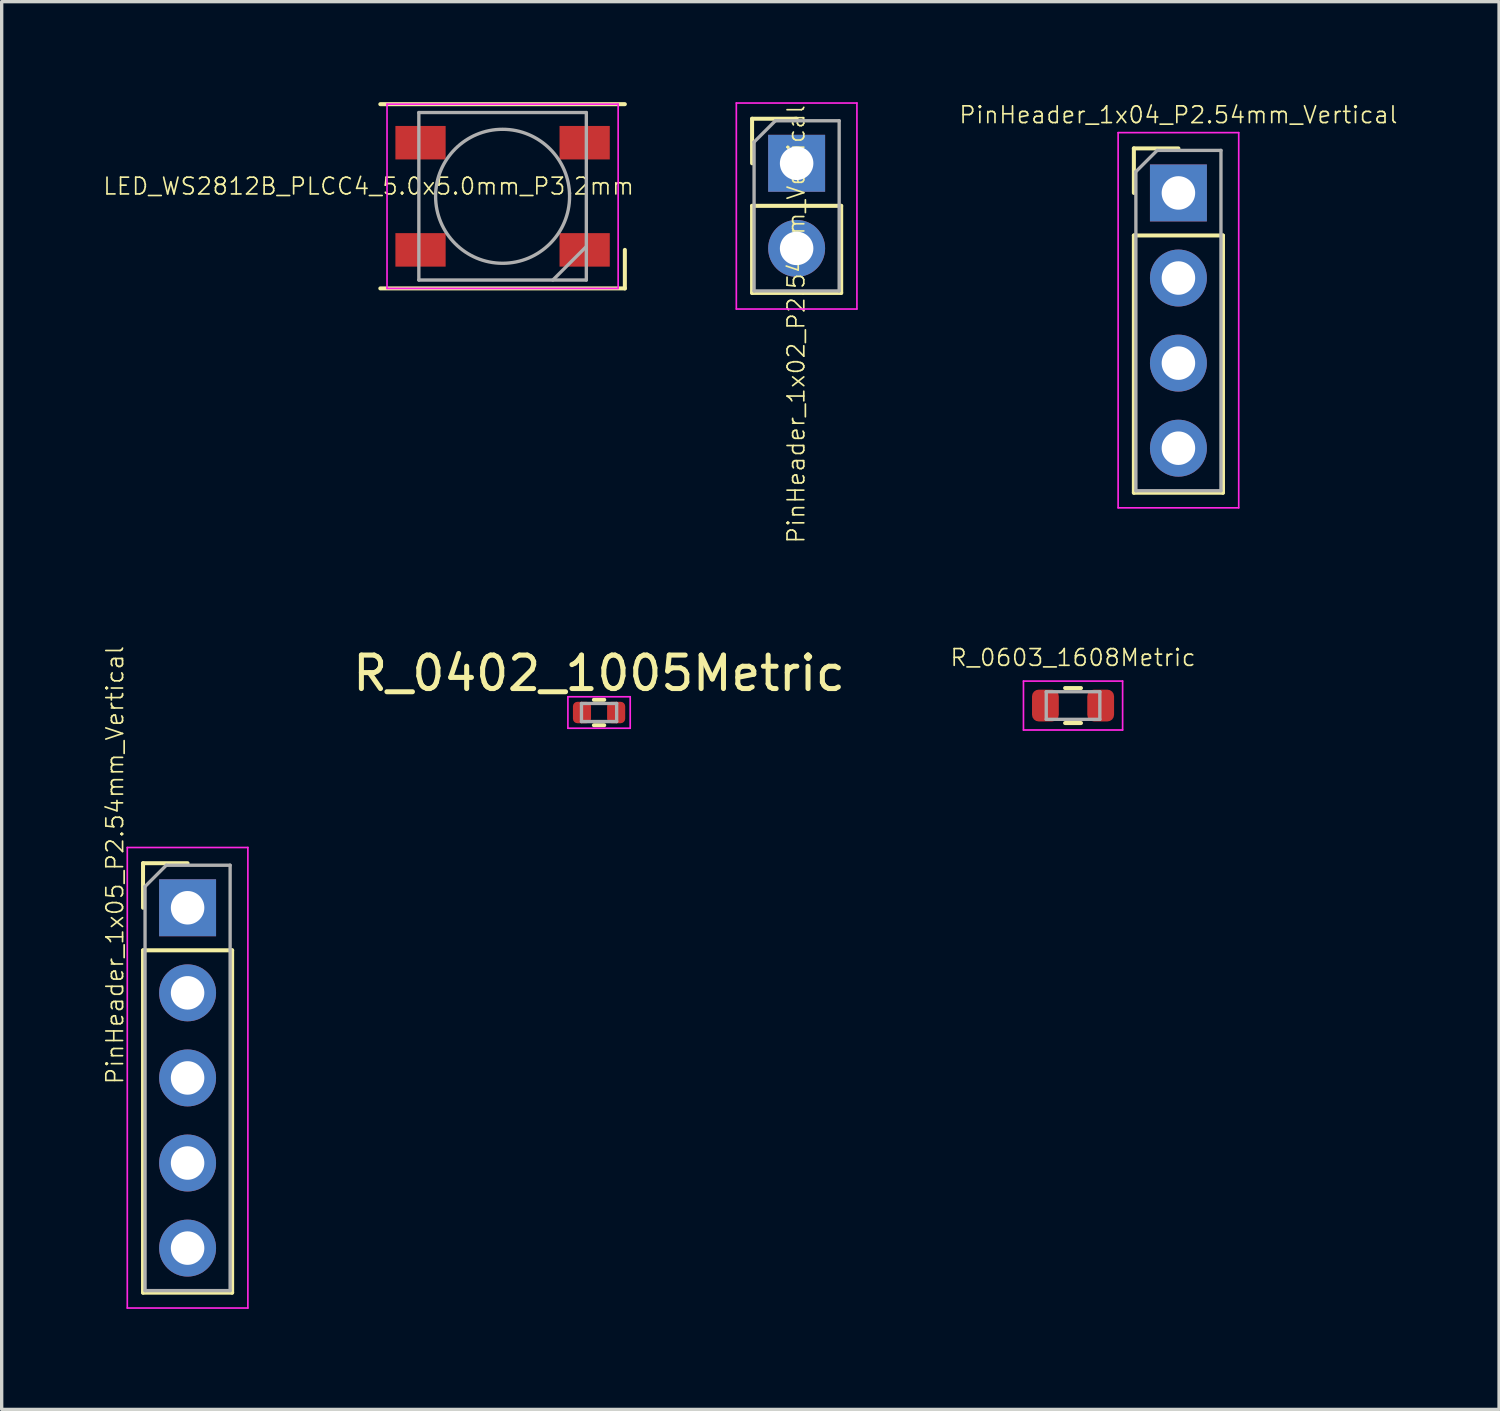
<source format=kicad_pcb>
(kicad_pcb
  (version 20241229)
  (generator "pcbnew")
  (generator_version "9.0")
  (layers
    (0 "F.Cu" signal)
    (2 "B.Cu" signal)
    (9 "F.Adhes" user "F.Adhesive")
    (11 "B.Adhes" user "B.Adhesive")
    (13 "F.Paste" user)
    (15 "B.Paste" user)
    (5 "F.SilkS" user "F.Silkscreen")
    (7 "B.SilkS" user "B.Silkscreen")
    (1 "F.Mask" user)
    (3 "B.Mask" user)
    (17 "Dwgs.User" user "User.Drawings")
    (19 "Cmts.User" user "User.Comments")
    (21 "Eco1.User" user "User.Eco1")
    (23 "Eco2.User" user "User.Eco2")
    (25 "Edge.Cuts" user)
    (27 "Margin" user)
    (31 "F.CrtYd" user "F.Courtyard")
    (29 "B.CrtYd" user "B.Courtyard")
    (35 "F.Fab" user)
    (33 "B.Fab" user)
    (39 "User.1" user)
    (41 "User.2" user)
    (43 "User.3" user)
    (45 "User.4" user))
  (footprint "PinHeader_1x02_P2.54mm_Vertical"
    (layer "F.Cu")
    (at 20.732 1.825)
    (property "Reference" "PinHeader_1x02_P2.54mm_Vertical" (at -0.015 4.805 90) (layer "F.SilkS") (effects (font (size 0.5 0.5) (thickness 0.05))))
    (attr through_hole exclude_from_bom)
    (fp_line (start -1.33 -1.33) (end 0 -1.33) (stroke (width 0.12) (type solid)) (layer "F.SilkS"))
    (fp_line (start -1.33 0) (end -1.33 -1.33) (stroke (width 0.12) (type solid)) (layer "F.SilkS"))
    (fp_line (start -1.33 1.27) (end -1.33 3.87) (stroke (width 0.12) (type solid)) (layer "F.SilkS"))
    (fp_line (start -1.33 1.27) (end 1.33 1.27) (stroke (width 0.12) (type solid)) (layer "F.SilkS"))
    (fp_line (start -1.33 3.87) (end 1.33 3.87) (stroke (width 0.12) (type solid)) (layer "F.SilkS"))
    (fp_line (start 1.33 1.27) (end 1.33 3.87) (stroke (width 0.12) (type solid)) (layer "F.SilkS"))
    (fp_line (start -1.8 -1.8) (end -1.8 4.35) (stroke (width 0.05) (type solid)) (layer "F.CrtYd"))
    (fp_line (start -1.8 4.35) (end 1.8 4.35) (stroke (width 0.05) (type solid)) (layer "F.CrtYd"))
    (fp_line (start 1.8 -1.8) (end -1.8 -1.8) (stroke (width 0.05) (type solid)) (layer "F.CrtYd"))
    (fp_line (start 1.8 4.35) (end 1.8 -1.8) (stroke (width 0.05) (type solid)) (layer "F.CrtYd"))
    (fp_line (start -1.27 -0.635) (end -0.635 -1.27) (stroke (width 0.1) (type solid)) (layer "F.Fab"))
    (fp_line (start -1.27 3.81) (end -1.27 -0.635) (stroke (width 0.1) (type solid)) (layer "F.Fab"))
    (fp_line (start -0.635 -1.27) (end 1.27 -1.27) (stroke (width 0.1) (type solid)) (layer "F.Fab"))
    (fp_line (start 1.27 -1.27) (end 1.27 3.81) (stroke (width 0.1) (type solid)) (layer "F.Fab"))
    (fp_line (start 1.27 3.81) (end -1.27 3.81) (stroke (width 0.1) (type solid)) (layer "F.Fab"))
    (pad "1" thru_hole rect (at 0 0) (size 1.7 1.7) (drill 1) (layers "*.Cu" "*.Mask"))
    (pad "2" thru_hole oval (at 0 2.54) (size 1.7 1.7) (drill 1) (layers "*.Cu" "*.Mask")))
  (footprint "LED_WS2812B_PLCC4_5.0x5.0mm_P3.2mm"
    (layer "F.Cu")
    (at 11.954 2.81)
    (property "Reference" "LED_WS2812B_PLCC4_5.0x5.0mm_P3.2mm" (at -4 -0.3 0) (layer "F.SilkS") (effects (font (size 0.5 0.5) (thickness 0.05))))
    (attr smd)
    (fp_line (start -3.65 -2.75) (end 3.65 -2.75) (stroke (width 0.12) (type solid)) (layer "F.SilkS"))
    (fp_line (start -3.65 2.75) (end 3.65 2.75) (stroke (width 0.12) (type solid)) (layer "F.SilkS"))
    (fp_line (start 3.65 2.75) (end 3.65 1.6) (stroke (width 0.12) (type solid)) (layer "F.SilkS"))
    (fp_line (start -3.45 -2.75) (end -3.45 2.75) (stroke (width 0.05) (type solid)) (layer "F.CrtYd"))
    (fp_line (start -3.45 2.75) (end 3.45 2.75) (stroke (width 0.05) (type solid)) (layer "F.CrtYd"))
    (fp_line (start 3.45 -2.75) (end -3.45 -2.75) (stroke (width 0.05) (type solid)) (layer "F.CrtYd"))
    (fp_line (start 3.45 2.75) (end 3.45 -2.75) (stroke (width 0.05) (type solid)) (layer "F.CrtYd"))
    (fp_line (start -2.5 -2.5) (end -2.5 2.5) (stroke (width 0.1) (type solid)) (layer "F.Fab"))
    (fp_line (start -2.5 2.5) (end 2.5 2.5) (stroke (width 0.1) (type solid)) (layer "F.Fab"))
    (fp_line (start 2.5 -2.5) (end -2.5 -2.5) (stroke (width 0.1) (type solid)) (layer "F.Fab"))
    (fp_line (start 2.5 1.5) (end 1.5 2.5) (stroke (width 0.1) (type solid)) (layer "F.Fab"))
    (fp_line (start 2.5 2.5) (end 2.5 -2.5) (stroke (width 0.1) (type solid)) (layer "F.Fab"))
    (fp_circle (center 0 0) (end 0 -2) (stroke (width 0.1) (type solid)) (fill no) (layer "F.Fab"))
    (pad "1" smd rect (at -2.45 -1.6) (size 1.5 1) (layers "F.Cu" "F.Mask" "F.Paste"))
    (pad "2" smd rect (at -2.45 1.6) (size 1.5 1) (layers "F.Cu" "F.Mask" "F.Paste"))
    (pad "3" smd rect (at 2.45 1.6) (size 1.5 1) (layers "F.Cu" "F.Mask" "F.Paste"))
    (pad "4" smd rect (at 2.45 -1.6) (size 1.5 1) (layers "F.Cu" "F.Mask" "F.Paste")))
  (footprint "PinHeader_1x05_P2.54mm_Vertical"
    (layer "F.Cu")
    (at 2.55 24.05)
    (property "Reference" "PinHeader_1x05_P2.54mm_Vertical" (at -2.17 -1.275 90) (layer "F.SilkS") (effects (font (size 0.5 0.5) (thickness 0.05))))
    (attr through_hole exclude_from_bom)
    (fp_line (start -1.33 -1.33) (end 0 -1.33) (stroke (width 0.12) (type solid)) (layer "F.SilkS"))
    (fp_line (start -1.33 0) (end -1.33 -1.33) (stroke (width 0.12) (type solid)) (layer "F.SilkS"))
    (fp_line (start -1.33 1.27) (end -1.33 11.49) (stroke (width 0.12) (type solid)) (layer "F.SilkS"))
    (fp_line (start -1.33 1.27) (end 1.33 1.27) (stroke (width 0.12) (type solid)) (layer "F.SilkS"))
    (fp_line (start -1.33 11.49) (end 1.33 11.49) (stroke (width 0.12) (type solid)) (layer "F.SilkS"))
    (fp_line (start 1.33 1.27) (end 1.33 11.49) (stroke (width 0.12) (type solid)) (layer "F.SilkS"))
    (fp_line (start -1.8 -1.8) (end -1.8 11.95) (stroke (width 0.05) (type solid)) (layer "F.CrtYd"))
    (fp_line (start -1.8 11.95) (end 1.8 11.95) (stroke (width 0.05) (type solid)) (layer "F.CrtYd"))
    (fp_line (start 1.8 -1.8) (end -1.8 -1.8) (stroke (width 0.05) (type solid)) (layer "F.CrtYd"))
    (fp_line (start 1.8 11.95) (end 1.8 -1.8) (stroke (width 0.05) (type solid)) (layer "F.CrtYd"))
    (fp_line (start -1.27 -0.635) (end -0.635 -1.27) (stroke (width 0.1) (type solid)) (layer "F.Fab"))
    (fp_line (start -1.27 11.43) (end -1.27 -0.635) (stroke (width 0.1) (type solid)) (layer "F.Fab"))
    (fp_line (start -0.635 -1.27) (end 1.27 -1.27) (stroke (width 0.1) (type solid)) (layer "F.Fab"))
    (fp_line (start 1.27 -1.27) (end 1.27 11.43) (stroke (width 0.1) (type solid)) (layer "F.Fab"))
    (fp_line (start 1.27 11.43) (end -1.27 11.43) (stroke (width 0.1) (type solid)) (layer "F.Fab"))
    (pad "1" thru_hole rect (at 0 0) (size 1.7 1.7) (drill 1) (layers "*.Cu" "*.Mask"))
    (pad "2" thru_hole oval (at 0 2.54) (size 1.7 1.7) (drill 1) (layers "*.Cu" "*.Mask"))
    (pad "3" thru_hole oval (at 0 5.08) (size 1.7 1.7) (drill 1) (layers "*.Cu" "*.Mask"))
    (pad "4" thru_hole oval (at 0 7.62) (size 1.7 1.7) (drill 1) (layers "*.Cu" "*.Mask"))
    (pad "5" thru_hole oval (at 0 10.16) (size 1.7 1.7) (drill 1) (layers "*.Cu" "*.Mask")))
  (footprint "R_0402_1005Metric"
    (layer "F.Cu")
    (at 14.834 18.221)
    (property "Reference" "R_0402_1005Metric" (at 0 -1.17 0) (layer "F.SilkS") (effects (font (size 1 1) (thickness 0.15))))
    (attr smd)
    (fp_line (start -0.154 -0.38) (end 0.154 -0.38) (stroke (width 0.12) (type solid)) (layer "F.SilkS"))
    (fp_line (start -0.154 0.38) (end 0.154 0.38) (stroke (width 0.12) (type solid)) (layer "F.SilkS"))
    (fp_line (start -0.93 -0.47) (end 0.93 -0.47) (stroke (width 0.05) (type solid)) (layer "F.CrtYd"))
    (fp_line (start -0.93 0.47) (end -0.93 -0.47) (stroke (width 0.05) (type solid)) (layer "F.CrtYd"))
    (fp_line (start 0.93 -0.47) (end 0.93 0.47) (stroke (width 0.05) (type solid)) (layer "F.CrtYd"))
    (fp_line (start 0.93 0.47) (end -0.93 0.47) (stroke (width 0.05) (type solid)) (layer "F.CrtYd"))
    (fp_line (start -0.525 -0.27) (end 0.525 -0.27) (stroke (width 0.1) (type solid)) (layer "F.Fab"))
    (fp_line (start -0.525 0.27) (end -0.525 -0.27) (stroke (width 0.1) (type solid)) (layer "F.Fab"))
    (fp_line (start 0.525 -0.27) (end 0.525 0.27) (stroke (width 0.1) (type solid)) (layer "F.Fab"))
    (fp_line (start 0.525 0.27) (end -0.525 0.27) (stroke (width 0.1) (type solid)) (layer "F.Fab"))
    (pad "1" smd roundrect (at -0.51 0) (size 0.54 0.64) (layers "F.Cu" "F.Mask" "F.Paste") (roundrect_rratio 0.25))
    (pad "2" smd roundrect (at 0.51 0) (size 0.54 0.64) (layers "F.Cu" "F.Mask" "F.Paste") (roundrect_rratio 0.25)))
  (footprint "PinHeader_1x04_P2.54mm_Vertical"
    (layer "F.Cu")
    (at 32.13 2.71)
    (property "Reference" "PinHeader_1x04_P2.54mm_Vertical" (at 0 -2.33 0) (layer "F.SilkS") (effects (font (size 0.5 0.5) (thickness 0.05))))
    (attr through_hole exclude_from_bom)
    (fp_line (start -1.33 -1.33) (end 0 -1.33) (stroke (width 0.12) (type solid)) (layer "F.SilkS"))
    (fp_line (start -1.33 0) (end -1.33 -1.33) (stroke (width 0.12) (type solid)) (layer "F.SilkS"))
    (fp_line (start -1.33 1.27) (end -1.33 8.95) (stroke (width 0.12) (type solid)) (layer "F.SilkS"))
    (fp_line (start -1.33 1.27) (end 1.33 1.27) (stroke (width 0.12) (type solid)) (layer "F.SilkS"))
    (fp_line (start -1.33 8.95) (end 1.33 8.95) (stroke (width 0.12) (type solid)) (layer "F.SilkS"))
    (fp_line (start 1.33 1.27) (end 1.33 8.95) (stroke (width 0.12) (type solid)) (layer "F.SilkS"))
    (fp_line (start -1.8 -1.8) (end -1.8 9.4) (stroke (width 0.05) (type solid)) (layer "F.CrtYd"))
    (fp_line (start -1.8 9.4) (end 1.8 9.4) (stroke (width 0.05) (type solid)) (layer "F.CrtYd"))
    (fp_line (start 1.8 -1.8) (end -1.8 -1.8) (stroke (width 0.05) (type solid)) (layer "F.CrtYd"))
    (fp_line (start 1.8 9.4) (end 1.8 -1.8) (stroke (width 0.05) (type solid)) (layer "F.CrtYd"))
    (fp_line (start -1.27 -0.635) (end -0.635 -1.27) (stroke (width 0.1) (type solid)) (layer "F.Fab"))
    (fp_line (start -1.27 8.89) (end -1.27 -0.635) (stroke (width 0.1) (type solid)) (layer "F.Fab"))
    (fp_line (start -0.635 -1.27) (end 1.27 -1.27) (stroke (width 0.1) (type solid)) (layer "F.Fab"))
    (fp_line (start 1.27 -1.27) (end 1.27 8.89) (stroke (width 0.1) (type solid)) (layer "F.Fab"))
    (fp_line (start 1.27 8.89) (end -1.27 8.89) (stroke (width 0.1) (type solid)) (layer "F.Fab"))
    (pad "1" thru_hole rect (at 0 0) (size 1.7 1.7) (drill 1) (layers "*.Cu" "*.Mask"))
    (pad "2" thru_hole oval (at 0 2.54) (size 1.7 1.7) (drill 1) (layers "*.Cu" "*.Mask"))
    (pad "3" thru_hole oval (at 0 5.08) (size 1.7 1.7) (drill 1) (layers "*.Cu" "*.Mask"))
    (pad "4" thru_hole oval (at 0 7.62) (size 1.7 1.7) (drill 1) (layers "*.Cu" "*.Mask")))
  (footprint "R_0603_1608Metric"
    (layer "F.Cu")
    (at 28.984 18.013)
    (property "Reference" "R_0603_1608Metric" (at 0 -1.43 0) (layer "F.SilkS") (effects (font (size 0.5 0.5) (thickness 0.05))))
    (attr smd)
    (fp_line (start -0.237 -0.522) (end 0.237 -0.522) (stroke (width 0.12) (type solid)) (layer "F.SilkS"))
    (fp_line (start -0.237 0.522) (end 0.237 0.522) (stroke (width 0.12) (type solid)) (layer "F.SilkS"))
    (fp_line (start -1.48 -0.73) (end 1.48 -0.73) (stroke (width 0.05) (type solid)) (layer "F.CrtYd"))
    (fp_line (start -1.48 0.73) (end -1.48 -0.73) (stroke (width 0.05) (type solid)) (layer "F.CrtYd"))
    (fp_line (start 1.48 -0.73) (end 1.48 0.73) (stroke (width 0.05) (type solid)) (layer "F.CrtYd"))
    (fp_line (start 1.48 0.73) (end -1.48 0.73) (stroke (width 0.05) (type solid)) (layer "F.CrtYd"))
    (fp_line (start -0.8 -0.412) (end 0.8 -0.412) (stroke (width 0.1) (type solid)) (layer "F.Fab"))
    (fp_line (start -0.8 0.412) (end -0.8 -0.412) (stroke (width 0.1) (type solid)) (layer "F.Fab"))
    (fp_line (start 0.8 -0.412) (end 0.8 0.412) (stroke (width 0.1) (type solid)) (layer "F.Fab"))
    (fp_line (start 0.8 0.412) (end -0.8 0.412) (stroke (width 0.1) (type solid)) (layer "F.Fab"))
    (pad "1" smd roundrect (at -0.825 0) (size 0.8 0.95) (layers "F.Cu" "F.Mask" "F.Paste") (roundrect_rratio 0.25))
    (pad "2" smd roundrect (at 0.825 0) (size 0.8 0.95) (layers "F.Cu" "F.Mask" "F.Paste") (roundrect_rratio 0.25)))
  (gr_rect
    (start -3 -3)
    (end 41.702 39.025)
    (stroke (width 0.1) (type default))
    (fill no)
    (layer "Edge.Cuts")))
</source>
